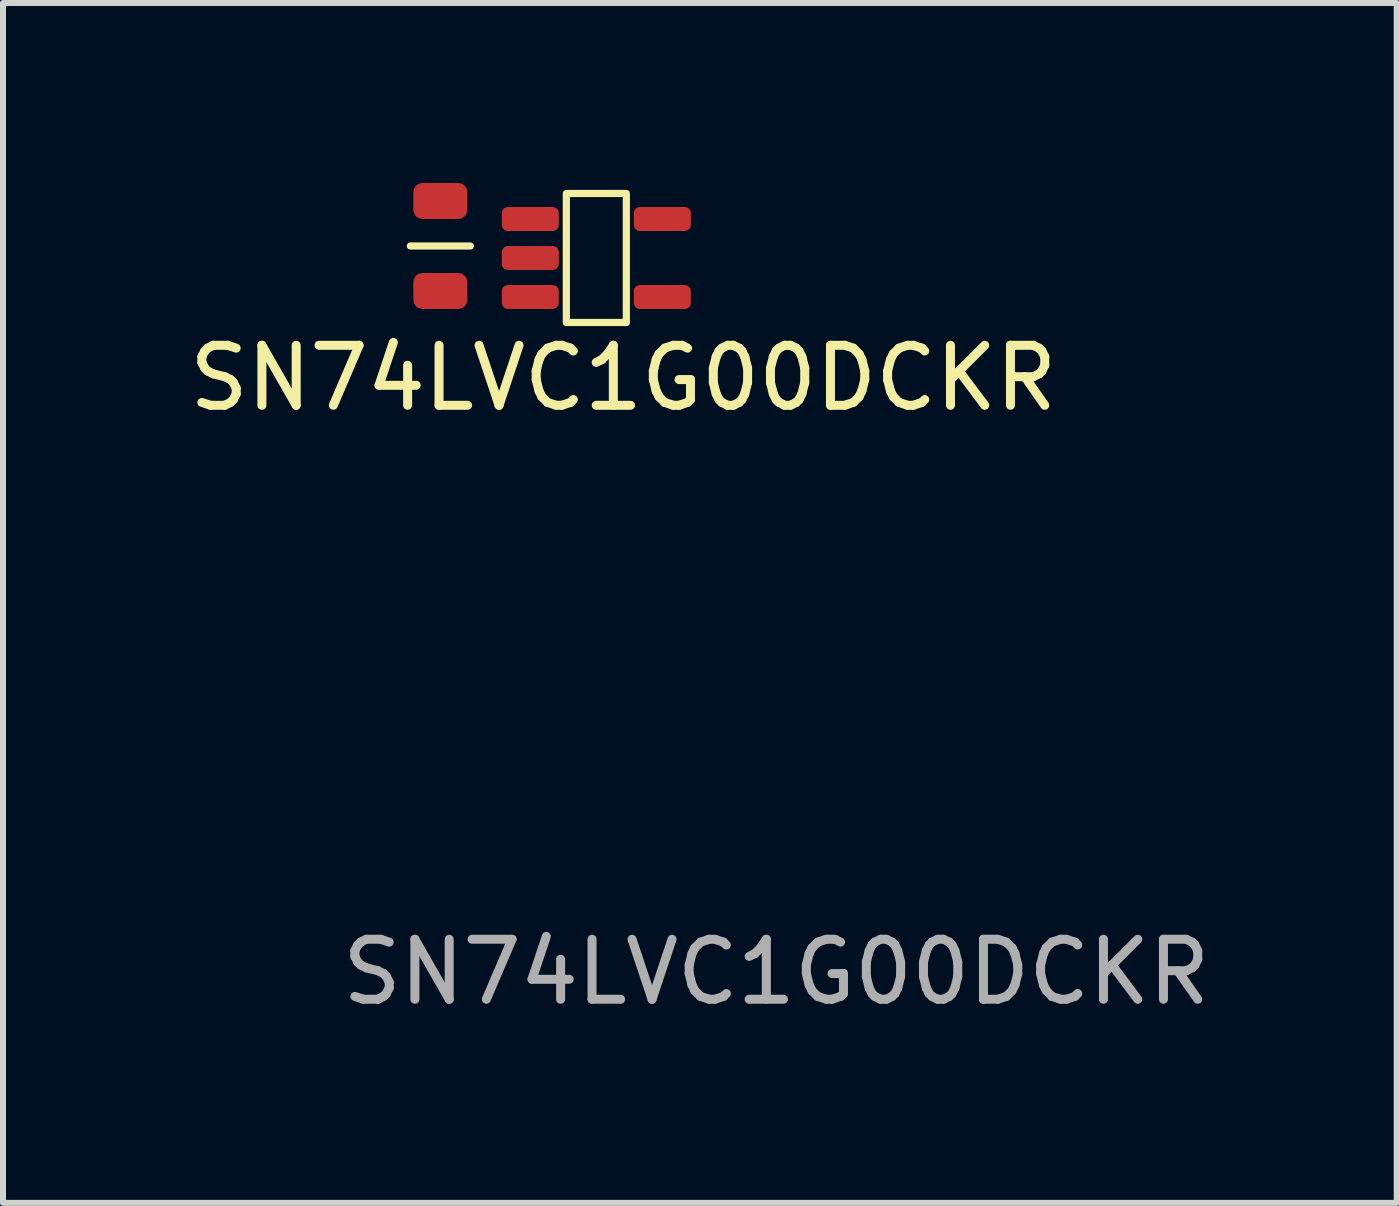
<source format=kicad_pcb>
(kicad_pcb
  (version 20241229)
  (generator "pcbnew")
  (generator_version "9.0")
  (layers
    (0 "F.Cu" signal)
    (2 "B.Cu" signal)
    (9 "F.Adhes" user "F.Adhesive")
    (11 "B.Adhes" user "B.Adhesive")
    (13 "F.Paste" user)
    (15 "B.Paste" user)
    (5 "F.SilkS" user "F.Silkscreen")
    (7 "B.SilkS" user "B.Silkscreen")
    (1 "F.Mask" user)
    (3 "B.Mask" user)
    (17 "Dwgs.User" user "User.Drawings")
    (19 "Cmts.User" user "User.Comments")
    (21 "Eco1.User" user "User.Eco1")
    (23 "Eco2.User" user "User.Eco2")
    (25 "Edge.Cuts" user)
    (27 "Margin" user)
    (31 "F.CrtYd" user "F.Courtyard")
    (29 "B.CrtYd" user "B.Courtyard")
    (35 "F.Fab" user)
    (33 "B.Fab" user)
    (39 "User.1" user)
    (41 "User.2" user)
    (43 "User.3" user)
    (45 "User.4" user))
  (footprint "SN74LVC1G00DCKR"
    (layer "F.Cu")
    (at 5.789 0.6)
    (property "Reference" "SN74LVC1G00DCKR" (at 1.55 2.65 0) (unlocked yes) (layer "F.SilkS") (effects (font (size 1 1) (thickness 0.15))))
    (attr smd)
    (fp_line (start -2 0.45) (end -1 0.45) (stroke (width 0.12) (type solid)) (layer "F.SilkS"))
    (fp_rect (start 0.6 -0.425) (end 1.6 1.725) (stroke (width 0.12) (type solid)) (fill no) (layer "F.SilkS"))
    (fp_text user "${REFERENCE}" (at 4.1 12.55 0) (unlocked yes) (layer "F.Fab") (effects (font (size 1 1) (thickness 0.15))))
    (pad "1" smd roundrect (at 0 0) (size 0.95 0.4) (layers "F.Cu" "F.Mask" "F.Paste") (roundrect_rratio 0.25))
    (pad "2" smd roundrect (at 0 0.65) (size 0.95 0.4) (layers "F.Cu" "F.Mask" "F.Paste") (roundrect_rratio 0.25))
    (pad "3" smd roundrect (at 0 1.3) (size 0.95 0.4) (layers "F.Cu" "F.Mask" "F.Paste") (roundrect_rratio 0.25))
    (pad "4" smd roundrect (at 2.2 1.3) (size 0.95 0.4) (layers "F.Cu" "F.Mask" "F.Paste") (roundrect_rratio 0.25))
    (pad "5" smd roundrect (at 2.2 0) (size 0.95 0.4) (layers "F.Cu" "F.Mask" "F.Paste") (roundrect_rratio 0.25))
    (pad "6" smd roundrect (at -1.5 -0.3) (size 0.9 0.6) (layers "F.Cu" "F.Mask" "F.Paste") (roundrect_rratio 0.25))
    (pad "7" smd roundrect (at -1.5 1.2) (size 0.9 0.6) (layers "F.Cu" "F.Mask" "F.Paste") (roundrect_rratio 0.25)))
  (gr_rect
    (start -3 -3)
    (end 20.229 16.998)
    (stroke (width 0.1) (type default))
    (fill no)
    (layer "Edge.Cuts")))
</source>
